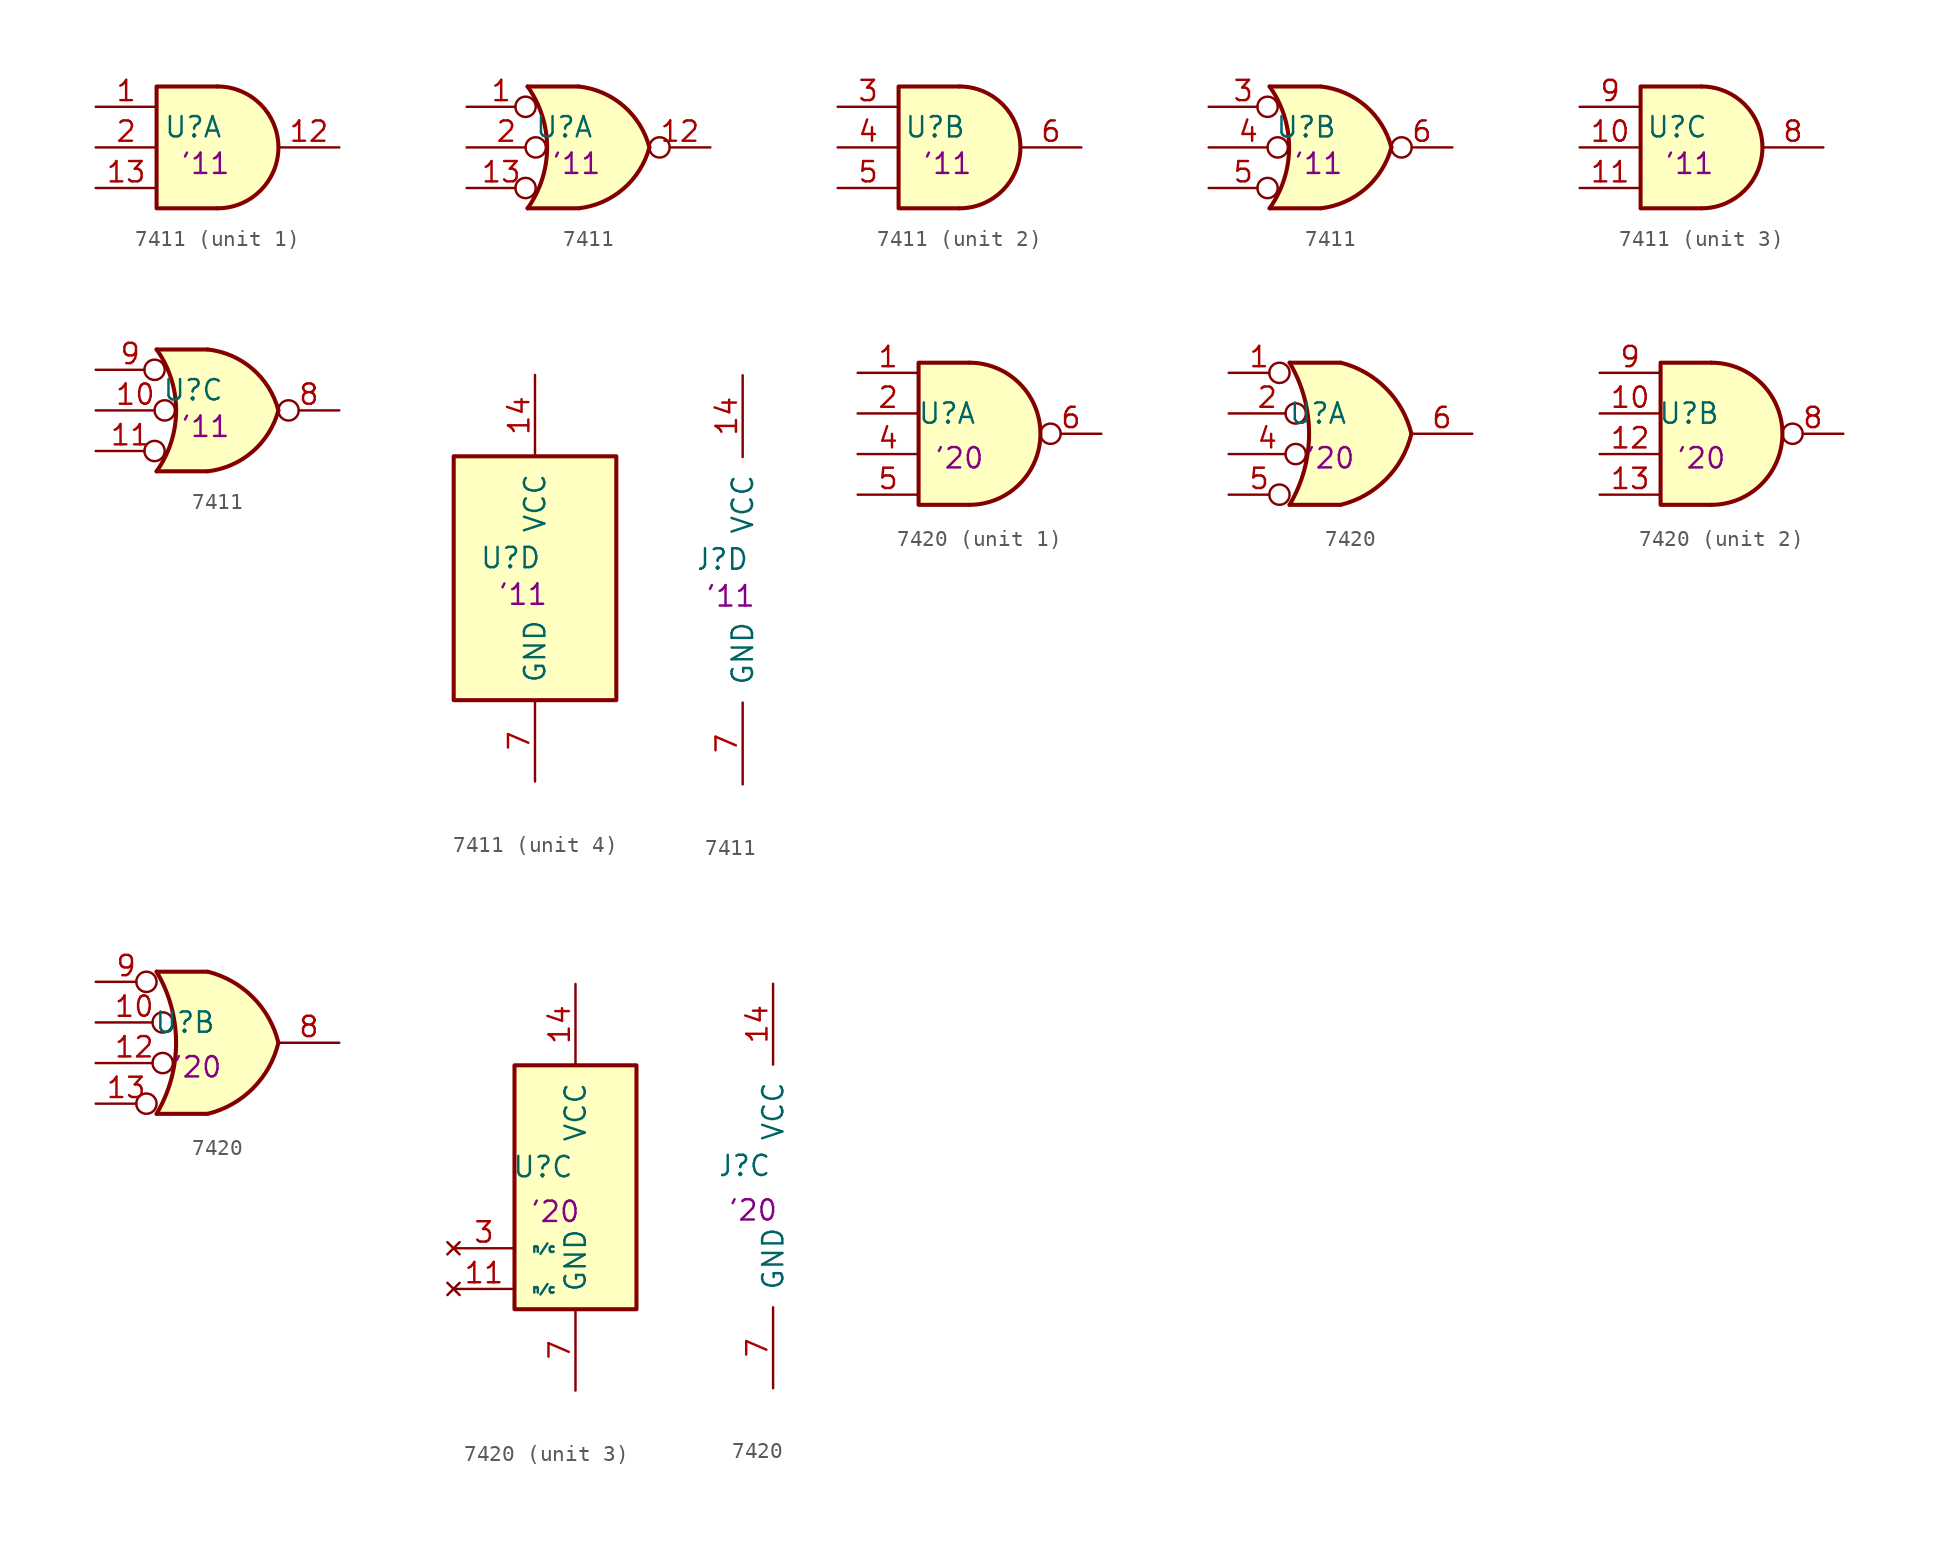
<source format=kicad_sym>
(kicad_symbol_lib
  (version 20241209)
  (generator "kicad_symbol_editor")
  (generator_version "9.0")
  (symbol "7411"
    (pin_names
      (offset 1.016))
    (property "Reference" "U"
      (at -1.524 1.27 0)
      (effects (font (size 1.27 1.27))))
    (property "Val" "'11"
      (at -0.762 -1.016 0)
      (effects (font (size 1.27 1.27))))
    (property "ki_locked" ""
      (at 0 0 0)
      (effects (font (size 1.27 1.27))))
    (symbol "7411_1_1"
      (arc (start 0 3.81) (mid 3.7934 0) (end 0 -3.81) (stroke (width 0.254) (type default)) (fill (type background)))
      (polyline (pts (xy 0 3.81) (xy -3.81 3.81) (xy -3.81 -3.81) (xy 0 -3.81)) (stroke (width 0.254) (type default)) (fill (type background)))
      (pin input line (at -7.62 2.54 0) (length 3.81) (name "~" (effects (font (size 1.27 1.27)))) (number "1" (effects (font (size 1.27 1.27)))))
      (pin input line (at -7.62 0 0) (length 3.81) (name "~" (effects (font (size 1.27 1.27)))) (number "2" (effects (font (size 1.27 1.27)))))
      (pin input line (at -7.62 -2.54 0) (length 3.81) (name "~" (effects (font (size 1.27 1.27)))) (number "13" (effects (font (size 1.27 1.27)))))
      (pin output line (at 7.62 0 180) (length 3.81) (name "~" (effects (font (size 1.27 1.27)))) (number "12" (effects (font (size 1.27 1.27))))))
    (symbol "7411_1_2"
      (arc (start -3.81 3.81) (mid -2.589 0) (end -3.81 -3.81) (stroke (width 0.254) (type default)) (fill (type none)))
      (polyline (pts (xy -3.81 3.81) (xy -0.635 3.81)) (stroke (width 0.254) (type default)) (fill (type background)))
      (polyline (pts (xy -3.81 -3.81) (xy -0.635 -3.81)) (stroke (width 0.254) (type default)) (fill (type background)))
      (arc (start 3.81 0) (mid 2.1855 -2.584) (end -0.6096 -3.81) (stroke (width 0.254) (type default)) (fill (type background)))
      (arc (start -0.6096 3.81) (mid 2.1928 2.5924) (end 3.81 0) (stroke (width 0.254) (type default)) (fill (type background)))
      (polyline (pts (xy -0.635 3.81) (xy -3.81 3.81) (xy -3.81 3.81) (xy -3.556 3.404) (xy -3.023 2.261) (xy -2.692 1.041) (xy -2.616 -0.254) (xy -2.769 -1.499) (xy -3.175 -2.718) (xy -3.81 -3.81) (xy -3.81 -3.81) (xy -0.635 -3.81)) (stroke (width -25.4) (type default)) (fill (type background)))
      (pin input inverted (at -7.62 2.54 0) (length 4.318) (name "~" (effects (font (size 1.27 1.27)))) (number "1" (effects (font (size 1.27 1.27)))))
      (pin input inverted (at -7.62 0 0) (length 4.953) (name "~" (effects (font (size 1.27 1.27)))) (number "2" (effects (font (size 1.27 1.27)))))
      (pin input inverted (at -7.62 -2.54 0) (length 4.318) (name "~" (effects (font (size 1.27 1.27)))) (number "13" (effects (font (size 1.27 1.27)))))
      (pin output inverted (at 7.62 0 180) (length 3.81) (name "~" (effects (font (size 1.27 1.27)))) (number "12" (effects (font (size 1.27 1.27))))))
    (symbol "7411_2_1"
      (arc (start 0 3.81) (mid 3.7934 0) (end 0 -3.81) (stroke (width 0.254) (type default)) (fill (type background)))
      (polyline (pts (xy 0 3.81) (xy -3.81 3.81) (xy -3.81 -3.81) (xy 0 -3.81)) (stroke (width 0.254) (type default)) (fill (type background)))
      (pin input line (at -7.62 2.54 0) (length 3.81) (name "~" (effects (font (size 1.27 1.27)))) (number "3" (effects (font (size 1.27 1.27)))))
      (pin input line (at -7.62 0 0) (length 3.81) (name "~" (effects (font (size 1.27 1.27)))) (number "4" (effects (font (size 1.27 1.27)))))
      (pin input line (at -7.62 -2.54 0) (length 3.81) (name "~" (effects (font (size 1.27 1.27)))) (number "5" (effects (font (size 1.27 1.27)))))
      (pin output line (at 7.62 0 180) (length 3.81) (name "~" (effects (font (size 1.27 1.27)))) (number "6" (effects (font (size 1.27 1.27))))))
    (symbol "7411_2_2"
      (arc (start -3.81 3.81) (mid -2.589 0) (end -3.81 -3.81) (stroke (width 0.254) (type default)) (fill (type none)))
      (polyline (pts (xy -3.81 3.81) (xy -0.635 3.81)) (stroke (width 0.254) (type default)) (fill (type background)))
      (polyline (pts (xy -3.81 -3.81) (xy -0.635 -3.81)) (stroke (width 0.254) (type default)) (fill (type background)))
      (arc (start 3.81 0) (mid 2.1855 -2.584) (end -0.6096 -3.81) (stroke (width 0.254) (type default)) (fill (type background)))
      (arc (start -0.6096 3.81) (mid 2.1928 2.5924) (end 3.81 0) (stroke (width 0.254) (type default)) (fill (type background)))
      (polyline (pts (xy -0.635 3.81) (xy -3.81 3.81) (xy -3.81 3.81) (xy -3.556 3.404) (xy -3.023 2.261) (xy -2.692 1.041) (xy -2.616 -0.254) (xy -2.769 -1.499) (xy -3.175 -2.718) (xy -3.81 -3.81) (xy -3.81 -3.81) (xy -0.635 -3.81)) (stroke (width -25.4) (type default)) (fill (type background)))
      (pin input inverted (at -7.62 2.54 0) (length 4.318) (name "~" (effects (font (size 1.27 1.27)))) (number "3" (effects (font (size 1.27 1.27)))))
      (pin input inverted (at -7.62 0 0) (length 4.953) (name "~" (effects (font (size 1.27 1.27)))) (number "4" (effects (font (size 1.27 1.27)))))
      (pin input inverted (at -7.62 -2.54 0) (length 4.318) (name "~" (effects (font (size 1.27 1.27)))) (number "5" (effects (font (size 1.27 1.27)))))
      (pin output inverted (at 7.62 0 180) (length 3.81) (name "~" (effects (font (size 1.27 1.27)))) (number "6" (effects (font (size 1.27 1.27))))))
    (symbol "7411_3_1"
      (arc (start 0 3.81) (mid 3.7934 0) (end 0 -3.81) (stroke (width 0.254) (type default)) (fill (type background)))
      (polyline (pts (xy 0 3.81) (xy -3.81 3.81) (xy -3.81 -3.81) (xy 0 -3.81)) (stroke (width 0.254) (type default)) (fill (type background)))
      (pin input line (at -7.62 2.54 0) (length 3.81) (name "~" (effects (font (size 1.27 1.27)))) (number "9" (effects (font (size 1.27 1.27)))))
      (pin input line (at -7.62 0 0) (length 3.81) (name "~" (effects (font (size 1.27 1.27)))) (number "10" (effects (font (size 1.27 1.27)))))
      (pin input line (at -7.62 -2.54 0) (length 3.81) (name "~" (effects (font (size 1.27 1.27)))) (number "11" (effects (font (size 1.27 1.27)))))
      (pin output line (at 7.62 0 180) (length 3.81) (name "~" (effects (font (size 1.27 1.27)))) (number "8" (effects (font (size 1.27 1.27))))))
    (symbol "7411_3_2"
      (arc (start -3.81 3.81) (mid -2.589 0) (end -3.81 -3.81) (stroke (width 0.254) (type default)) (fill (type none)))
      (polyline (pts (xy -3.81 3.81) (xy -0.635 3.81)) (stroke (width 0.254) (type default)) (fill (type background)))
      (polyline (pts (xy -3.81 -3.81) (xy -0.635 -3.81)) (stroke (width 0.254) (type default)) (fill (type background)))
      (arc (start 3.81 0) (mid 2.1855 -2.584) (end -0.6096 -3.81) (stroke (width 0.254) (type default)) (fill (type background)))
      (arc (start -0.6096 3.81) (mid 2.1928 2.5924) (end 3.81 0) (stroke (width 0.254) (type default)) (fill (type background)))
      (polyline (pts (xy -0.635 3.81) (xy -3.81 3.81) (xy -3.81 3.81) (xy -3.556 3.404) (xy -3.023 2.261) (xy -2.692 1.041) (xy -2.616 -0.254) (xy -2.769 -1.499) (xy -3.175 -2.718) (xy -3.81 -3.81) (xy -3.81 -3.81) (xy -0.635 -3.81)) (stroke (width -25.4) (type default)) (fill (type background)))
      (pin input inverted (at -7.62 2.54 0) (length 4.318) (name "~" (effects (font (size 1.27 1.27)))) (number "9" (effects (font (size 1.27 1.27)))))
      (pin input inverted (at -7.62 0 0) (length 4.953) (name "~" (effects (font (size 1.27 1.27)))) (number "10" (effects (font (size 1.27 1.27)))))
      (pin input inverted (at -7.62 -2.54 0) (length 4.318) (name "~" (effects (font (size 1.27 1.27)))) (number "11" (effects (font (size 1.27 1.27)))))
      (pin output inverted (at 7.62 0 180) (length 3.81) (name "~" (effects (font (size 1.27 1.27)))) (number "8" (effects (font (size 1.27 1.27))))))
    (symbol "7411_4_0"
      (pin power_in line (at 0 12.7 270) (length 5.08) (name "VCC" (effects (font (size 1.27 1.27)))) (number "14" (effects (font (size 1.27 1.27)))))
      (pin power_in line (at 0 -12.7 90) (length 5.08) (name "GND" (effects (font (size 1.27 1.27)))) (number "7" (effects (font (size 1.27 1.27))))))
    (symbol "7411_4_1"
      (rectangle (start -5.08 7.62) (end 5.08 -7.62) (stroke (width 0.254) (type default)) (fill (type background)))))
  (symbol "7420"
    (pin_names
      (offset 1.016))
    (property "Reference" "U"
      (at -2.032 1.27 0)
      (effects (font (size 1.27 1.27))))
    (property "Val" "'20"
      (at -1.27 -1.524 0)
      (effects (font (size 1.27 1.27))))
    (property "ki_locked" ""
      (at 0 0 0)
      (effects (font (size 1.27 1.27))))
    (symbol "7420_1_1"
      (arc (start -0.635 4.445) (mid 3.7907 0) (end -0.635 -4.445) (stroke (width 0.254) (type default)) (fill (type background)))
      (polyline (pts (xy -0.635 4.445) (xy -3.81 4.445) (xy -3.81 -4.445) (xy -0.635 -4.445)) (stroke (width 0.254) (type default)) (fill (type background)))
      (pin input line (at -7.62 3.81 0) (length 3.81) (name "~" (effects (font (size 1.27 1.27)))) (number "1" (effects (font (size 1.27 1.27)))))
      (pin input line (at -7.62 1.27 0) (length 3.81) (name "~" (effects (font (size 1.27 1.27)))) (number "2" (effects (font (size 1.27 1.27)))))
      (pin input line (at -7.62 -1.27 0) (length 3.81) (name "~" (effects (font (size 1.27 1.27)))) (number "4" (effects (font (size 1.27 1.27)))))
      (pin input line (at -7.62 -3.81 0) (length 3.81) (name "~" (effects (font (size 1.27 1.27)))) (number "5" (effects (font (size 1.27 1.27)))))
      (pin output inverted (at 7.62 0 180) (length 3.81) (name "~" (effects (font (size 1.27 1.27)))) (number "6" (effects (font (size 1.27 1.27))))))
    (symbol "7420_1_2"
      (arc (start -3.81 4.445) (mid -2.5908 0) (end -3.81 -4.445) (stroke (width 0.254) (type default)) (fill (type none)))
      (polyline (pts (xy -3.81 4.445) (xy -0.635 4.445)) (stroke (width 0.254) (type default)) (fill (type background)))
      (polyline (pts (xy -3.81 -4.445) (xy -0.635 -4.445)) (stroke (width 0.254) (type default)) (fill (type background)))
      (arc (start -0.6096 4.445) (mid 2.2198 2.8385) (end 3.81 0) (stroke (width 0.254) (type default)) (fill (type background)))
      (arc (start 3.81 0) (mid 2.224 -2.8428) (end -0.6096 -4.445) (stroke (width 0.254) (type default)) (fill (type background)))
      (polyline (pts (xy -0.635 4.445) (xy -3.81 4.445) (xy -3.81 4.445) (xy -3.632 4.089) (xy -3.099 2.921) (xy -2.769 1.676) (xy -2.616 0.432) (xy -2.642 -0.864) (xy -2.87 -2.108) (xy -3.251 -3.327) (xy -3.81 -4.445) (xy -3.81 -4.445) (xy -0.635 -4.445)) (stroke (width -25.4) (type default)) (fill (type background)))
      (pin input inverted (at -7.62 3.81 0) (length 3.81) (name "~" (effects (font (size 1.27 1.27)))) (number "1" (effects (font (size 1.27 1.27)))))
      (pin input inverted (at -7.62 1.27 0) (length 4.826) (name "~" (effects (font (size 1.27 1.27)))) (number "2" (effects (font (size 1.27 1.27)))))
      (pin input inverted (at -7.62 -1.27 0) (length 4.826) (name "~" (effects (font (size 1.27 1.27)))) (number "4" (effects (font (size 1.27 1.27)))))
      (pin input inverted (at -7.62 -3.81 0) (length 3.81) (name "~" (effects (font (size 1.27 1.27)))) (number "5" (effects (font (size 1.27 1.27)))))
      (pin output line (at 7.62 0 180) (length 3.81) (name "~" (effects (font (size 1.27 1.27)))) (number "6" (effects (font (size 1.27 1.27))))))
    (symbol "7420_2_1"
      (arc (start -0.635 4.445) (mid 3.7907 0) (end -0.635 -4.445) (stroke (width 0.254) (type default)) (fill (type background)))
      (polyline (pts (xy -0.635 4.445) (xy -3.81 4.445) (xy -3.81 -4.445) (xy -0.635 -4.445)) (stroke (width 0.254) (type default)) (fill (type background)))
      (pin input line (at -7.62 3.81 0) (length 3.81) (name "~" (effects (font (size 1.27 1.27)))) (number "9" (effects (font (size 1.27 1.27)))))
      (pin input line (at -7.62 1.27 0) (length 3.81) (name "~" (effects (font (size 1.27 1.27)))) (number "10" (effects (font (size 1.27 1.27)))))
      (pin input line (at -7.62 -1.27 0) (length 3.81) (name "~" (effects (font (size 1.27 1.27)))) (number "12" (effects (font (size 1.27 1.27)))))
      (pin input line (at -7.62 -3.81 0) (length 3.81) (name "~" (effects (font (size 1.27 1.27)))) (number "13" (effects (font (size 1.27 1.27)))))
      (pin output inverted (at 7.62 0 180) (length 3.81) (name "~" (effects (font (size 1.27 1.27)))) (number "8" (effects (font (size 1.27 1.27))))))
    (symbol "7420_2_2"
      (arc (start -3.81 4.445) (mid -2.5908 0) (end -3.81 -4.445) (stroke (width 0.254) (type default)) (fill (type none)))
      (polyline (pts (xy -3.81 4.445) (xy -0.635 4.445)) (stroke (width 0.254) (type default)) (fill (type background)))
      (polyline (pts (xy -3.81 -4.445) (xy -0.635 -4.445)) (stroke (width 0.254) (type default)) (fill (type background)))
      (arc (start -0.6096 4.445) (mid 2.2198 2.8385) (end 3.81 0) (stroke (width 0.254) (type default)) (fill (type background)))
      (arc (start 3.81 0) (mid 2.224 -2.8428) (end -0.6096 -4.445) (stroke (width 0.254) (type default)) (fill (type background)))
      (polyline (pts (xy -0.635 4.445) (xy -3.81 4.445) (xy -3.81 4.445) (xy -3.632 4.089) (xy -3.099 2.921) (xy -2.769 1.676) (xy -2.616 0.432) (xy -2.642 -0.864) (xy -2.87 -2.108) (xy -3.251 -3.327) (xy -3.81 -4.445) (xy -3.81 -4.445) (xy -0.635 -4.445)) (stroke (width -25.4) (type default)) (fill (type background)))
      (pin input inverted (at -7.62 3.81 0) (length 3.81) (name "~" (effects (font (size 1.27 1.27)))) (number "9" (effects (font (size 1.27 1.27)))))
      (pin input inverted (at -7.62 1.27 0) (length 4.826) (name "~" (effects (font (size 1.27 1.27)))) (number "10" (effects (font (size 1.27 1.27)))))
      (pin input inverted (at -7.62 -1.27 0) (length 4.826) (name "~" (effects (font (size 1.27 1.27)))) (number "12" (effects (font (size 1.27 1.27)))))
      (pin input inverted (at -7.62 -3.81 0) (length 3.81) (name "~" (effects (font (size 1.27 1.27)))) (number "13" (effects (font (size 1.27 1.27)))))
      (pin output line (at 7.62 0 180) (length 3.81) (name "~" (effects (font (size 1.27 1.27)))) (number "8" (effects (font (size 1.27 1.27))))))
    (symbol "7420_3_0"
      (pin power_in line (at 0 12.7 270) (length 5.08) (name "VCC" (effects (font (size 1.27 1.27)))) (number "14" (effects (font (size 1.27 1.27)))))
      (pin power_in line (at 0 -12.7 90) (length 5.08) (name "GND" (effects (font (size 1.27 1.27)))) (number "7" (effects (font (size 1.27 1.27))))))
    (symbol "7420_3_1"
      (rectangle (start -3.81 7.62) (end 3.81 -7.62) (stroke (width 0.254) (type default)) (fill (type background)))
      (pin no_connect line (at -7.62 -3.81 0) (length 3.81) (name "n/c" (effects (font (size 0.508 0.508)))) (number "3" (effects (font (size 1.27 1.27)))))
      (pin no_connect line (at -7.62 -6.35 0) (length 3.81) (name "n/c" (effects (font (size 0.508 0.508)))) (number "11" (effects (font (size 1.27 1.27))))))))
</source>
